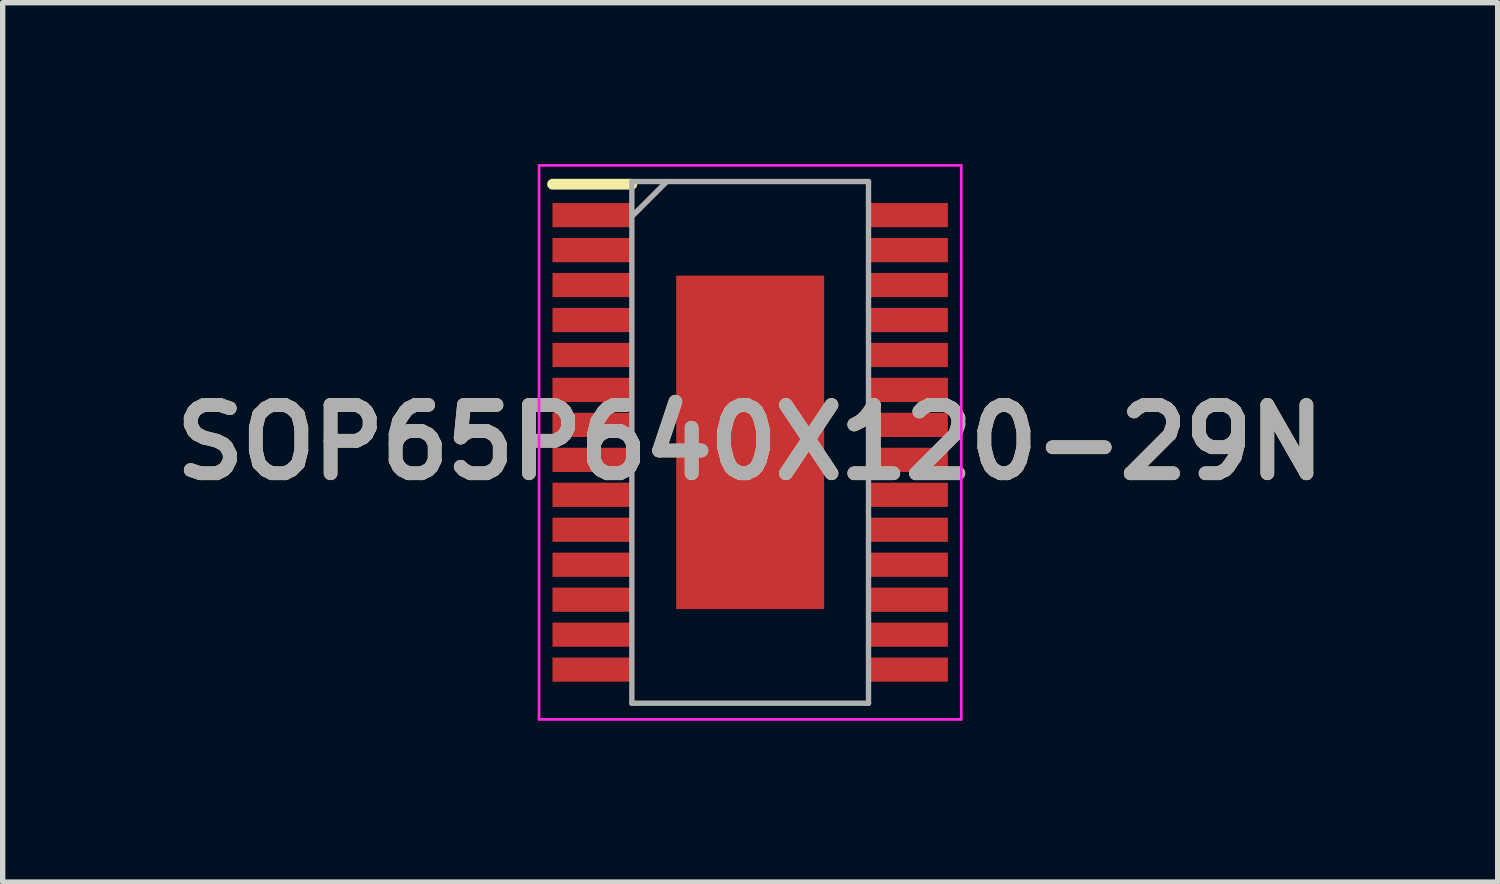
<source format=kicad_pcb>
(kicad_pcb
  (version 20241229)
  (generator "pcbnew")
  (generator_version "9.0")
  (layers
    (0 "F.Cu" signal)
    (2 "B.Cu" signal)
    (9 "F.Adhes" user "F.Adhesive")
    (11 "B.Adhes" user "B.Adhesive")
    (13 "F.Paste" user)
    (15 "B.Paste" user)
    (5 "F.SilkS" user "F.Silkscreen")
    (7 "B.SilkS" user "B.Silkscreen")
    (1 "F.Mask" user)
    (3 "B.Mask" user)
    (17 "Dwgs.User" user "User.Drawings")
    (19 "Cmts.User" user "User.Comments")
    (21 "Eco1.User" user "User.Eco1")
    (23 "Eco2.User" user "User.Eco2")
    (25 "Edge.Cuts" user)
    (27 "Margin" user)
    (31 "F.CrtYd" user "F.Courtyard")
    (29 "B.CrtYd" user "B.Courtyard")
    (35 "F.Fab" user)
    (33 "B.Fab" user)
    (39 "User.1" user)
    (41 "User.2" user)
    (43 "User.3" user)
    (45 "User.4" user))
  (footprint "SOP65P640X120-29N"
    (layer "F.Cu")
    (at 10.898 5.175)
    (property "Reference" "SOP65P640X120-29N" (at 0 0 0) (layer "F.SilkS") (effects (font (size 1.27 1.27) (thickness 0.254))))
    (attr smd)
    (fp_line (start -3.675 -4.8) (end -2.2 -4.8) (stroke (width 0.2) (type solid)) (layer "F.SilkS"))
    (fp_line (start -3.925 -5.15) (end 3.925 -5.15) (stroke (width 0.05) (type solid)) (layer "F.CrtYd"))
    (fp_line (start -3.925 5.15) (end -3.925 -5.15) (stroke (width 0.05) (type solid)) (layer "F.CrtYd"))
    (fp_line (start 3.925 -5.15) (end 3.925 5.15) (stroke (width 0.05) (type solid)) (layer "F.CrtYd"))
    (fp_line (start 3.925 5.15) (end -3.925 5.15) (stroke (width 0.05) (type solid)) (layer "F.CrtYd"))
    (fp_line (start -2.2 -4.85) (end 2.2 -4.85) (stroke (width 0.1) (type solid)) (layer "F.Fab"))
    (fp_line (start -2.2 -4.2) (end -1.55 -4.85) (stroke (width 0.1) (type solid)) (layer "F.Fab"))
    (fp_line (start -2.2 4.85) (end -2.2 -4.85) (stroke (width 0.1) (type solid)) (layer "F.Fab"))
    (fp_line (start 2.2 -4.85) (end 2.2 4.85) (stroke (width 0.1) (type solid)) (layer "F.Fab"))
    (fp_line (start 2.2 4.85) (end -2.2 4.85) (stroke (width 0.1) (type solid)) (layer "F.Fab"))
    (fp_text user "${REFERENCE}" (at 0 0 0) (layer "F.Fab") (effects (font (size 1.27 1.27) (thickness 0.254))))
    (pad "1" smd rect (at -2.938 -4.225 90) (size 0.45 1.475) (layers "F.Cu" "F.Mask" "F.Paste"))
    (pad "2" smd rect (at -2.938 -3.575 90) (size 0.45 1.475) (layers "F.Cu" "F.Mask" "F.Paste"))
    (pad "3" smd rect (at -2.938 -2.925 90) (size 0.45 1.475) (layers "F.Cu" "F.Mask" "F.Paste"))
    (pad "4" smd rect (at -2.938 -2.275 90) (size 0.45 1.475) (layers "F.Cu" "F.Mask" "F.Paste"))
    (pad "5" smd rect (at -2.938 -1.625 90) (size 0.45 1.475) (layers "F.Cu" "F.Mask" "F.Paste"))
    (pad "6" smd rect (at -2.938 -0.975 90) (size 0.45 1.475) (layers "F.Cu" "F.Mask" "F.Paste"))
    (pad "7" smd rect (at -2.938 -0.325 90) (size 0.45 1.475) (layers "F.Cu" "F.Mask" "F.Paste"))
    (pad "8" smd rect (at -2.938 0.325 90) (size 0.45 1.475) (layers "F.Cu" "F.Mask" "F.Paste"))
    (pad "9" smd rect (at -2.938 0.975 90) (size 0.45 1.475) (layers "F.Cu" "F.Mask" "F.Paste"))
    (pad "10" smd rect (at -2.938 1.625 90) (size 0.45 1.475) (layers "F.Cu" "F.Mask" "F.Paste"))
    (pad "11" smd rect (at -2.938 2.275 90) (size 0.45 1.475) (layers "F.Cu" "F.Mask" "F.Paste"))
    (pad "12" smd rect (at -2.938 2.925 90) (size 0.45 1.475) (layers "F.Cu" "F.Mask" "F.Paste"))
    (pad "13" smd rect (at -2.938 3.575 90) (size 0.45 1.475) (layers "F.Cu" "F.Mask" "F.Paste"))
    (pad "14" smd rect (at -2.938 4.225 90) (size 0.45 1.475) (layers "F.Cu" "F.Mask" "F.Paste"))
    (pad "15" smd rect (at 2.938 4.225 90) (size 0.45 1.475) (layers "F.Cu" "F.Mask" "F.Paste"))
    (pad "16" smd rect (at 2.938 3.575 90) (size 0.45 1.475) (layers "F.Cu" "F.Mask" "F.Paste"))
    (pad "17" smd rect (at 2.938 2.925 90) (size 0.45 1.475) (layers "F.Cu" "F.Mask" "F.Paste"))
    (pad "18" smd rect (at 2.938 2.275 90) (size 0.45 1.475) (layers "F.Cu" "F.Mask" "F.Paste"))
    (pad "19" smd rect (at 2.938 1.625 90) (size 0.45 1.475) (layers "F.Cu" "F.Mask" "F.Paste"))
    (pad "20" smd rect (at 2.938 0.975 90) (size 0.45 1.475) (layers "F.Cu" "F.Mask" "F.Paste"))
    (pad "21" smd rect (at 2.938 0.325 90) (size 0.45 1.475) (layers "F.Cu" "F.Mask" "F.Paste"))
    (pad "22" smd rect (at 2.938 -0.325 90) (size 0.45 1.475) (layers "F.Cu" "F.Mask" "F.Paste"))
    (pad "23" smd rect (at 2.938 -0.975 90) (size 0.45 1.475) (layers "F.Cu" "F.Mask" "F.Paste"))
    (pad "24" smd rect (at 2.938 -1.625 90) (size 0.45 1.475) (layers "F.Cu" "F.Mask" "F.Paste"))
    (pad "25" smd rect (at 2.938 -2.275 90) (size 0.45 1.475) (layers "F.Cu" "F.Mask" "F.Paste"))
    (pad "26" smd rect (at 2.938 -2.925 90) (size 0.45 1.475) (layers "F.Cu" "F.Mask" "F.Paste"))
    (pad "27" smd rect (at 2.938 -3.575 90) (size 0.45 1.475) (layers "F.Cu" "F.Mask" "F.Paste"))
    (pad "28" smd rect (at 2.938 -4.225 90) (size 0.45 1.475) (layers "F.Cu" "F.Mask" "F.Paste"))
    (pad "29" smd rect (at 0 0) (size 2.75 6.2) (layers "F.Cu" "F.Mask" "F.Paste")))
  (gr_rect
    (start -3 -3)
    (end 24.796 13.35)
    (stroke (width 0.1) (type default))
    (fill no)
    (layer "Edge.Cuts")))
</source>
